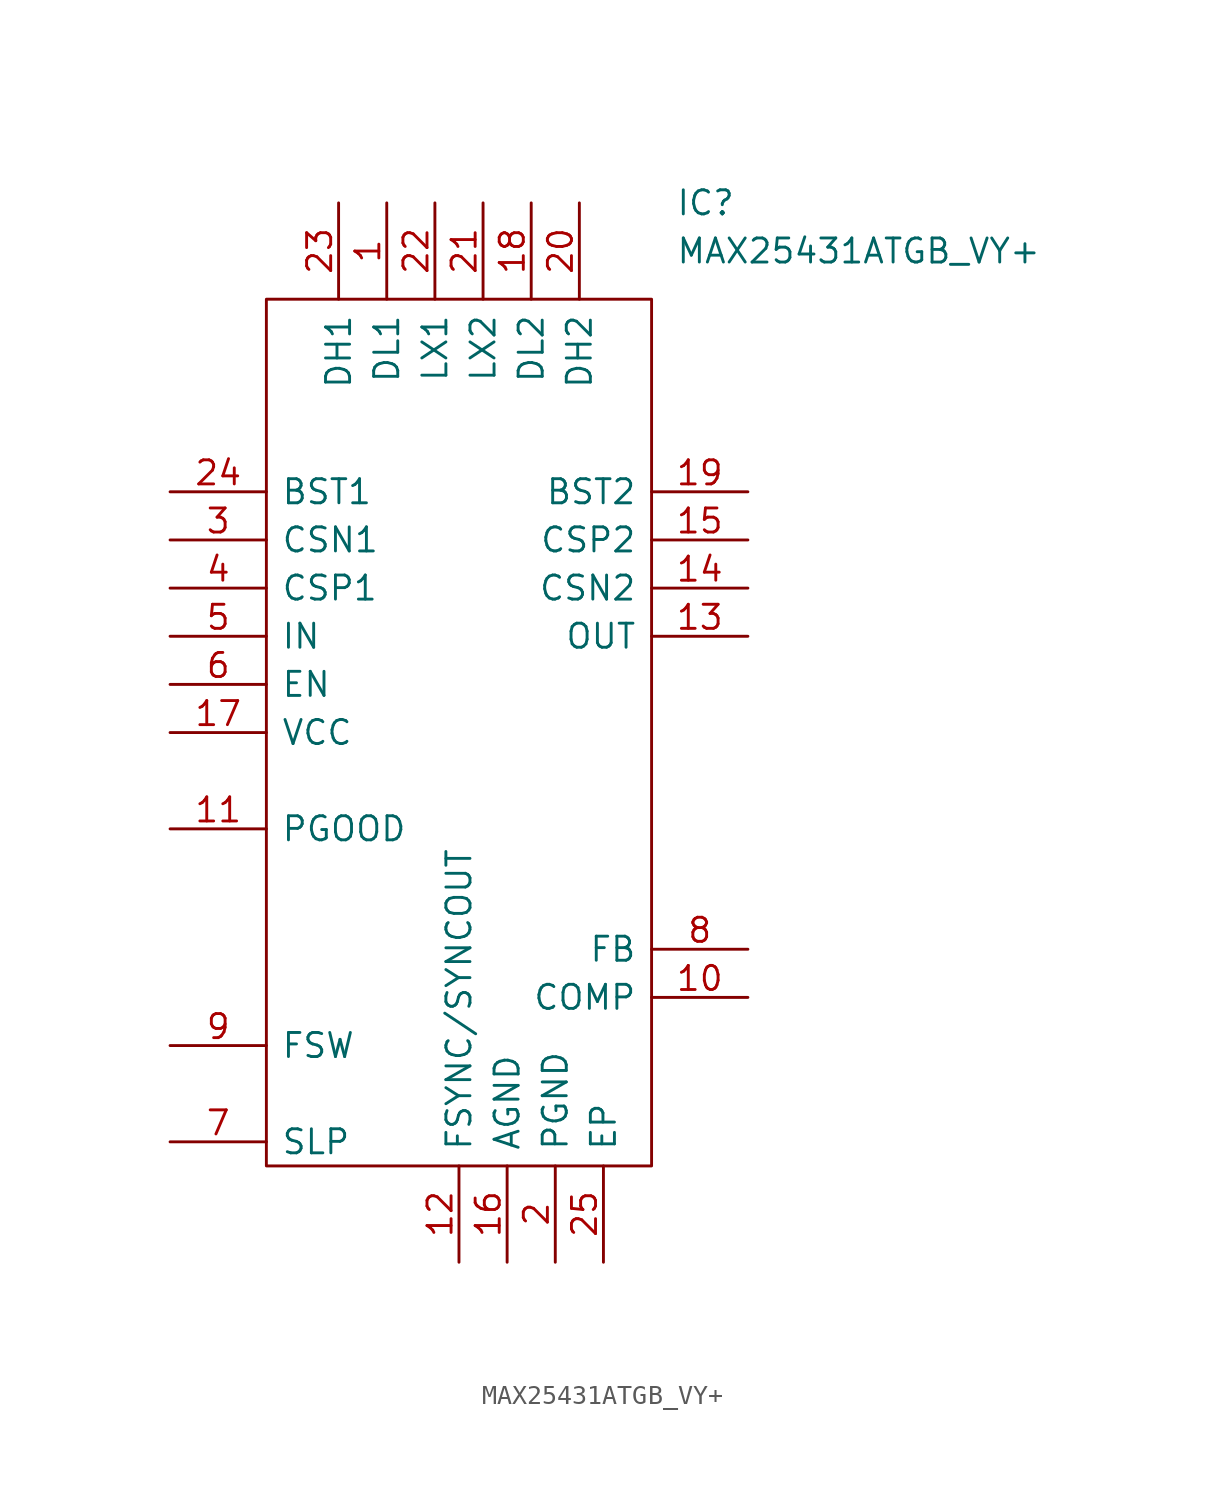
<source format=kicad_sym>
(kicad_symbol_lib
  (version 20211014)
  (generator kicad_symbol_editor)
  (symbol "MAX25431ATGB_VY+"
    (pin_names
      (offset 0.762))
    (property "Reference" "IC"
      (at 26.67 15.24 0)
      (effects (font (size 1.27 1.27)) (justify left)))
    (property "Value" "MAX25431ATGB_VY+"
      (at 26.67 12.7 0)
      (effects (font (size 1.27 1.27)) (justify left)))
    (symbol "MAX25431ATGB_VY+_0_0"
      (pin passive line (at 11.43 15.24 270) (length 5.08) (name "DL1" (effects (font (size 1.27 1.27)))) (number "1" (effects (font (size 1.27 1.27)))))
      (pin passive line (at 30.48 -26.67 180) (length 5.08) (name "COMP" (effects (font (size 1.27 1.27)))) (number "10" (effects (font (size 1.27 1.27)))))
      (pin passive line (at 0 -17.78 0) (length 5.08) (name "PGOOD" (effects (font (size 1.27 1.27)))) (number "11" (effects (font (size 1.27 1.27)))))
      (pin passive line (at 15.24 -40.64 90) (length 5.08) (name "FSYNC/SYNCOUT" (effects (font (size 1.27 1.27)))) (number "12" (effects (font (size 1.27 1.27)))))
      (pin passive line (at 30.48 -7.62 180) (length 5.08) (name "OUT" (effects (font (size 1.27 1.27)))) (number "13" (effects (font (size 1.27 1.27)))))
      (pin passive line (at 30.48 -5.08 180) (length 5.08) (name "CSN2" (effects (font (size 1.27 1.27)))) (number "14" (effects (font (size 1.27 1.27)))))
      (pin passive line (at 30.48 -2.54 180) (length 5.08) (name "CSP2" (effects (font (size 1.27 1.27)))) (number "15" (effects (font (size 1.27 1.27)))))
      (pin passive line (at 17.78 -40.64 90) (length 5.08) (name "AGND" (effects (font (size 1.27 1.27)))) (number "16" (effects (font (size 1.27 1.27)))))
      (pin passive line (at 0 -12.7 0) (length 5.08) (name "VCC" (effects (font (size 1.27 1.27)))) (number "17" (effects (font (size 1.27 1.27)))))
      (pin passive line (at 19.05 15.24 270) (length 5.08) (name "DL2" (effects (font (size 1.27 1.27)))) (number "18" (effects (font (size 1.27 1.27)))))
      (pin passive line (at 30.48 0 180) (length 5.08) (name "BST2" (effects (font (size 1.27 1.27)))) (number "19" (effects (font (size 1.27 1.27)))))
      (pin passive line (at 20.32 -40.64 90) (length 5.08) (name "PGND" (effects (font (size 1.27 1.27)))) (number "2" (effects (font (size 1.27 1.27)))))
      (pin passive line (at 21.59 15.24 270) (length 5.08) (name "DH2" (effects (font (size 1.27 1.27)))) (number "20" (effects (font (size 1.27 1.27)))))
      (pin passive line (at 16.51 15.24 270) (length 5.08) (name "LX2" (effects (font (size 1.27 1.27)))) (number "21" (effects (font (size 1.27 1.27)))))
      (pin passive line (at 13.97 15.24 270) (length 5.08) (name "LX1" (effects (font (size 1.27 1.27)))) (number "22" (effects (font (size 1.27 1.27)))))
      (pin passive line (at 8.89 15.24 270) (length 5.08) (name "DH1" (effects (font (size 1.27 1.27)))) (number "23" (effects (font (size 1.27 1.27)))))
      (pin passive line (at 0 0 0) (length 5.08) (name "BST1" (effects (font (size 1.27 1.27)))) (number "24" (effects (font (size 1.27 1.27)))))
      (pin passive line (at 22.86 -40.64 90) (length 5.08) (name "EP" (effects (font (size 1.27 1.27)))) (number "25" (effects (font (size 1.27 1.27)))))
      (pin passive line (at 0 -2.54 0) (length 5.08) (name "CSN1" (effects (font (size 1.27 1.27)))) (number "3" (effects (font (size 1.27 1.27)))))
      (pin passive line (at 0 -5.08 0) (length 5.08) (name "CSP1" (effects (font (size 1.27 1.27)))) (number "4" (effects (font (size 1.27 1.27)))))
      (pin passive line (at 0 -7.62 0) (length 5.08) (name "IN" (effects (font (size 1.27 1.27)))) (number "5" (effects (font (size 1.27 1.27)))))
      (pin passive line (at 0 -10.16 0) (length 5.08) (name "EN" (effects (font (size 1.27 1.27)))) (number "6" (effects (font (size 1.27 1.27)))))
      (pin passive line (at 0 -34.29 0) (length 5.08) (name "SLP" (effects (font (size 1.27 1.27)))) (number "7" (effects (font (size 1.27 1.27)))))
      (pin passive line (at 30.48 -24.13 180) (length 5.08) (name "FB" (effects (font (size 1.27 1.27)))) (number "8" (effects (font (size 1.27 1.27)))))
      (pin passive line (at 0 -29.21 0) (length 5.08) (name "FSW" (effects (font (size 1.27 1.27)))) (number "9" (effects (font (size 1.27 1.27))))))
    (symbol "MAX25431ATGB_VY+_0_1"
      (polyline (pts (xy 5.08 10.16) (xy 25.4 10.16) (xy 25.4 -35.56) (xy 5.08 -35.56) (xy 5.08 10.16)) (stroke (width 0.152) (type default) (color 0 0 0 0)) (fill (type none))))))
</source>
